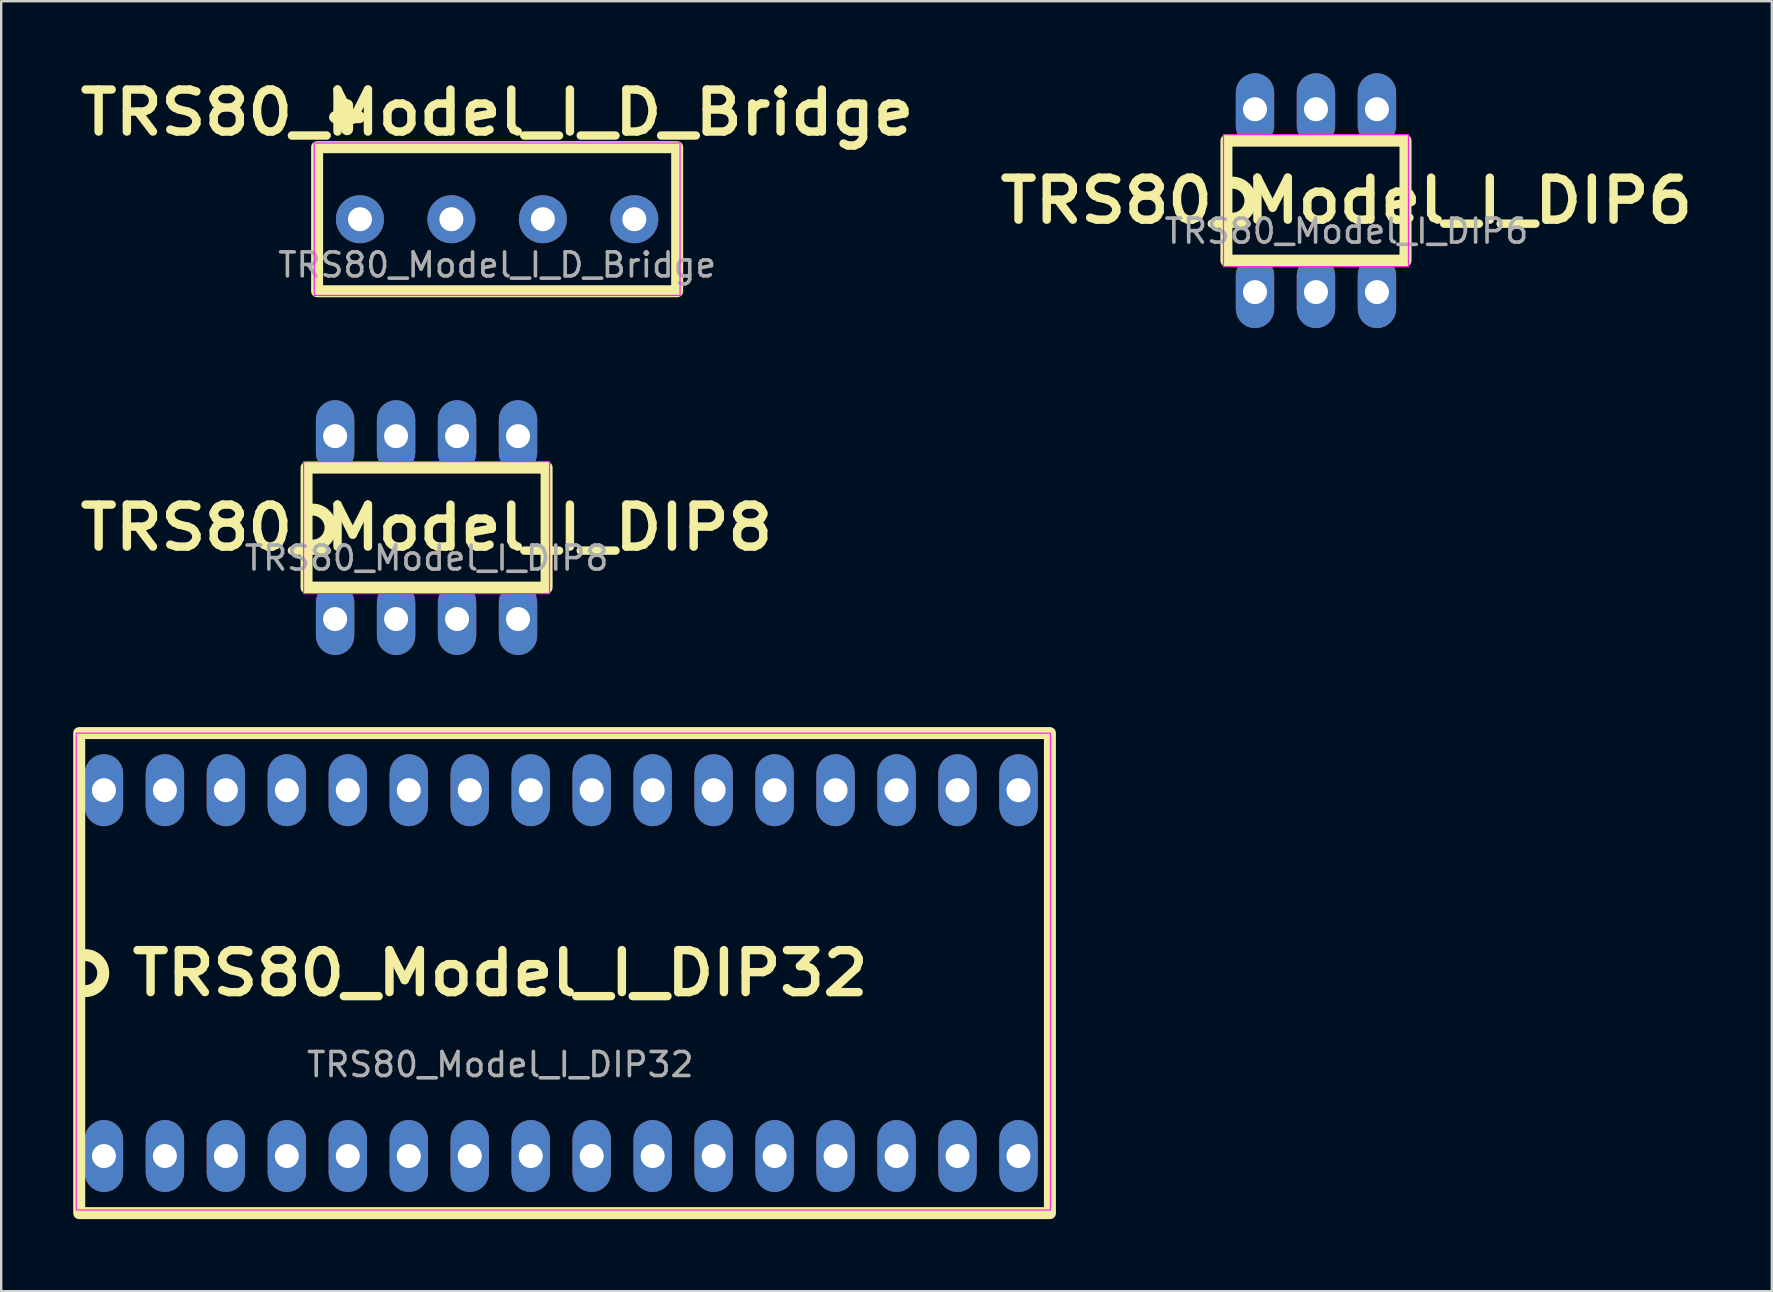
<source format=kicad_pcb>
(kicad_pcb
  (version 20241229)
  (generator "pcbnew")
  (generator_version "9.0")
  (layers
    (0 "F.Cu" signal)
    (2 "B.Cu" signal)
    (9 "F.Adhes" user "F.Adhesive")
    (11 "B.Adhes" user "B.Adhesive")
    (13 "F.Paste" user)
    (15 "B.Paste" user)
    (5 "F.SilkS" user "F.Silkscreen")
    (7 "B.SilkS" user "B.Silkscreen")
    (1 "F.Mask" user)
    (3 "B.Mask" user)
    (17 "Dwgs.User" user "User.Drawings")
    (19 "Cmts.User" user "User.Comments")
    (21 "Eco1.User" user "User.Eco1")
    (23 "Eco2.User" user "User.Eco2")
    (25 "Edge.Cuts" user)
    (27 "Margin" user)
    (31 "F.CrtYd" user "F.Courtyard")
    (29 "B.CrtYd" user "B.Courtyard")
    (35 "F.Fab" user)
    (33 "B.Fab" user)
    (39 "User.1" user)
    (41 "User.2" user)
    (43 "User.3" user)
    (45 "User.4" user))
  (footprint "TRS80_Model_I_DIP32"
    (layer "F.Cu")
    (at 17.79 37.49)
    (property "Reference" "TRS80_Model_I_DIP32" (at 0 0 0) (unlocked yes) (layer "F.SilkS") (effects (font (size 1.75 1.9) (thickness 0.35) (bold yes))))
    (attr through_hole)
    (fp_rect (start -17.54 -10) (end 22.9 10) (stroke (width 0.5) (type default)) (fill no) (layer "F.SilkS"))
    (fp_arc (start -17.29 -0.75) (mid -16.54 0) (end -17.29 0.75) (stroke (width 0.5) (type default)) (layer "F.SilkS"))
    (fp_rect (start -17.663 -9.996) (end 22.923 9.869) (stroke (width 0.05) (type default)) (fill no) (layer "F.CrtYd"))
    (fp_text user "${REFERENCE}" (at 0 3.81 0) (unlocked yes) (layer "F.Fab") (effects (font (size 1 1) (thickness 0.15))))
    (pad "1" thru_hole roundrect (at -16.51 7.62) (size 1.6 3) (drill 1) (layers "*.Cu" "*.Mask") (roundrect_rratio 0.5))
    (pad "2" thru_hole roundrect (at -13.97 7.62) (size 1.6 3) (drill 1) (layers "*.Cu" "*.Mask") (roundrect_rratio 0.5))
    (pad "3" thru_hole roundrect (at -11.43 7.62) (size 1.6 3) (drill 1) (layers "*.Cu" "*.Mask") (roundrect_rratio 0.5))
    (pad "4" thru_hole roundrect (at -8.89 7.62) (size 1.6 3) (drill 1) (layers "*.Cu" "*.Mask") (roundrect_rratio 0.5))
    (pad "5" thru_hole roundrect (at -6.35 7.62) (size 1.6 3) (drill 1) (layers "*.Cu" "*.Mask") (roundrect_rratio 0.5))
    (pad "6" thru_hole roundrect (at -3.81 7.62) (size 1.6 3) (drill 1) (layers "*.Cu" "*.Mask") (roundrect_rratio 0.5))
    (pad "7" thru_hole roundrect (at -1.27 7.62) (size 1.6 3) (drill 1) (layers "*.Cu" "*.Mask") (roundrect_rratio 0.5))
    (pad "8" thru_hole roundrect (at 1.27 7.62) (size 1.6 3) (drill 1) (layers "*.Cu" "*.Mask") (roundrect_rratio 0.5))
    (pad "9" thru_hole roundrect (at 3.81 7.62) (size 1.6 3) (drill 1) (layers "*.Cu" "*.Mask") (roundrect_rratio 0.5))
    (pad "10" thru_hole roundrect (at 6.35 7.62) (size 1.6 3) (drill 1) (layers "*.Cu" "*.Mask") (roundrect_rratio 0.5))
    (pad "11" thru_hole roundrect (at 8.89 7.62) (size 1.6 3) (drill 1) (layers "*.Cu" "*.Mask") (roundrect_rratio 0.5))
    (pad "12" thru_hole roundrect (at 11.43 7.62) (size 1.6 3) (drill 1) (layers "*.Cu" "*.Mask") (roundrect_rratio 0.5))
    (pad "13" thru_hole roundrect (at 13.97 7.62) (size 1.6 3) (drill 1) (layers "*.Cu" "*.Mask") (roundrect_rratio 0.5))
    (pad "14" thru_hole roundrect (at 16.51 7.62) (size 1.6 3) (drill 1) (layers "*.Cu" "*.Mask") (roundrect_rratio 0.5))
    (pad "15" thru_hole roundrect (at 19.05 7.62) (size 1.6 3) (drill 1) (layers "*.Cu" "*.Mask") (roundrect_rratio 0.5))
    (pad "16" thru_hole roundrect (at 21.59 7.62) (size 1.6 3) (drill 1) (layers "*.Cu" "*.Mask") (roundrect_rratio 0.5))
    (pad "17" thru_hole roundrect (at 21.59 -7.62) (size 1.6 3) (drill 1) (layers "*.Cu" "*.Mask") (roundrect_rratio 0.5))
    (pad "18" thru_hole roundrect (at 19.05 -7.62) (size 1.6 3) (drill 1) (layers "*.Cu" "*.Mask") (roundrect_rratio 0.5))
    (pad "19" thru_hole roundrect (at 16.51 -7.62) (size 1.6 3) (drill 1) (layers "*.Cu" "*.Mask") (roundrect_rratio 0.5))
    (pad "20" thru_hole roundrect (at 13.97 -7.62) (size 1.6 3) (drill 1) (layers "*.Cu" "*.Mask") (roundrect_rratio 0.5))
    (pad "21" thru_hole roundrect (at 11.43 -7.62) (size 1.6 3) (drill 1) (layers "*.Cu" "*.Mask") (roundrect_rratio 0.5))
    (pad "22" thru_hole roundrect (at 8.89 -7.62) (size 1.6 3) (drill 1) (layers "*.Cu" "*.Mask") (roundrect_rratio 0.5))
    (pad "23" thru_hole roundrect (at 6.35 -7.62) (size 1.6 3) (drill 1) (layers "*.Cu" "*.Mask") (roundrect_rratio 0.5))
    (pad "24" thru_hole roundrect (at 3.81 -7.62) (size 1.6 3) (drill 1) (layers "*.Cu" "*.Mask") (roundrect_rratio 0.5))
    (pad "25" thru_hole roundrect (at 1.27 -7.62) (size 1.6 3) (drill 1) (layers "*.Cu" "*.Mask") (roundrect_rratio 0.5))
    (pad "26" thru_hole roundrect (at -1.27 -7.62) (size 1.6 3) (drill 1) (layers "*.Cu" "*.Mask") (roundrect_rratio 0.5))
    (pad "27" thru_hole roundrect (at -3.81 -7.62) (size 1.6 3) (drill 1) (layers "*.Cu" "*.Mask") (roundrect_rratio 0.5))
    (pad "28" thru_hole roundrect (at -6.35 -7.62) (size 1.6 3) (drill 1) (layers "*.Cu" "*.Mask") (roundrect_rratio 0.5))
    (pad "29" thru_hole roundrect (at -8.89 -7.62) (size 1.6 3) (drill 1) (layers "*.Cu" "*.Mask") (roundrect_rratio 0.5))
    (pad "30" thru_hole roundrect (at -11.43 -7.62) (size 1.6 3) (drill 1) (layers "*.Cu" "*.Mask") (roundrect_rratio 0.5))
    (pad "31" thru_hole roundrect (at -13.97 -7.62) (size 1.6 3) (drill 1) (layers "*.Cu" "*.Mask") (roundrect_rratio 0.5))
    (pad "32" thru_hole roundrect (at -16.51 -7.62) (size 1.6 3) (drill 1) (layers "*.Cu" "*.Mask") (roundrect_rratio 0.5)))
  (footprint "TRS80_Model_I_DIP6"
    (layer "F.Cu")
    (at 51.773 5.31)
    (property "Reference" "TRS80_Model_I_DIP6" (at 1.27 0 0) (unlocked yes) (layer "F.SilkS") (effects (font (size 1.75 1.9) (thickness 0.35) (bold yes))))
    (attr through_hole)
    (fp_rect (start -3.73 -2.5) (end 3.73 2.5) (stroke (width 0.5) (type default)) (fill no) (layer "F.SilkS"))
    (fp_arc (start -3.48 -0.75) (mid -2.73 0) (end -3.48 0.75) (stroke (width 0.5) (type default)) (layer "F.SilkS"))
    (fp_rect (start -3.853 -2.75) (end 3.853 2.75) (stroke (width 0.05) (type default)) (fill no) (layer "F.CrtYd"))
    (fp_text user "${REFERENCE}" (at 1.27 1.27 0) (unlocked yes) (layer "F.Fab") (effects (font (size 1 1) (thickness 0.15))))
    (pad "1" thru_hole roundrect (at -2.54 3.81) (size 1.6 3) (drill 1) (layers "*.Cu" "*.Mask") (roundrect_rratio 0.5))
    (pad "2" thru_hole roundrect (at 0 3.81) (size 1.6 3) (drill 1) (layers "*.Cu" "*.Mask") (roundrect_rratio 0.5))
    (pad "3" thru_hole roundrect (at 2.54 3.81) (size 1.6 3) (drill 1) (layers "*.Cu" "*.Mask") (roundrect_rratio 0.5))
    (pad "4" thru_hole roundrect (at 2.54 -3.81) (size 1.6 3) (drill 1) (layers "*.Cu" "*.Mask") (roundrect_rratio 0.5))
    (pad "5" thru_hole roundrect (at 0 -3.81) (size 1.6 3) (drill 1) (layers "*.Cu" "*.Mask") (roundrect_rratio 0.5))
    (pad "6" thru_hole roundrect (at -2.54 -3.81) (size 1.6 3) (drill 1) (layers "*.Cu" "*.Mask") (roundrect_rratio 0.5)))
  (footprint "TRS80_Model_I_DIP8"
    (layer "F.Cu")
    (at 14.721 18.93)
    (property "Reference" "TRS80_Model_I_DIP8" (at 0 0 0) (unlocked yes) (layer "F.SilkS") (effects (font (size 1.75 1.9) (thickness 0.35) (bold yes))))
    (attr through_hole)
    (fp_rect (start -5 -2.5) (end 5 2.5) (stroke (width 0.5) (type default)) (fill no) (layer "F.SilkS"))
    (fp_arc (start -4.75 -0.75) (mid -4 0) (end -4.75 0.75) (stroke (width 0.5) (type default)) (layer "F.SilkS"))
    (fp_rect (start -5.123 -2.75) (end 5.123 2.75) (stroke (width 0.05) (type default)) (fill no) (layer "F.CrtYd"))
    (fp_text user "${REFERENCE}" (at 0 1.27 0) (unlocked yes) (layer "F.Fab") (effects (font (size 1 1) (thickness 0.15))))
    (pad "1" thru_hole roundrect (at -3.81 3.81) (size 1.6 3) (drill 1) (layers "*.Cu" "*.Mask") (roundrect_rratio 0.5))
    (pad "2" thru_hole roundrect (at -1.27 3.81) (size 1.6 3) (drill 1) (layers "*.Cu" "*.Mask") (roundrect_rratio 0.5))
    (pad "3" thru_hole roundrect (at 1.27 3.81) (size 1.6 3) (drill 1) (layers "*.Cu" "*.Mask") (roundrect_rratio 0.5))
    (pad "4" thru_hole roundrect (at 3.81 3.81) (size 1.6 3) (drill 1) (layers "*.Cu" "*.Mask") (roundrect_rratio 0.5))
    (pad "5" thru_hole roundrect (at 3.81 -3.81) (size 1.6 3) (drill 1) (layers "*.Cu" "*.Mask") (roundrect_rratio 0.5))
    (pad "6" thru_hole roundrect (at 1.27 -3.81) (size 1.6 3) (drill 1) (layers "*.Cu" "*.Mask") (roundrect_rratio 0.5))
    (pad "7" thru_hole roundrect (at -1.27 -3.81) (size 1.6 3) (drill 1) (layers "*.Cu" "*.Mask") (roundrect_rratio 0.5))
    (pad "8" thru_hole roundrect (at -3.81 -3.81) (size 1.6 3) (drill 1) (layers "*.Cu" "*.Mask") (roundrect_rratio 0.5)))
  (footprint "TRS80_Model_I_D_Bridge"
    (layer "F.Cu")
    (at 17.661 6.083)
    (property "Reference" "TRS80_Model_I_D_Bridge" (at 0 -4.445 0) (unlocked yes) (layer "F.SilkS") (effects (font (size 1.75 1.9) (thickness 0.35) (bold yes))))
    (attr through_hole)
    (fp_line (start -6.75 -4.25) (end -5.75 -4.25) (stroke (width 0.5) (type solid)) (layer "F.SilkS"))
    (fp_line (start -6.25 -4.75) (end -6.25 -3.75) (stroke (width 0.5) (type solid)) (layer "F.SilkS"))
    (fp_rect (start -7.5 -3) (end 7.5 3) (stroke (width 0.5) (type default)) (fill no) (layer "F.SilkS"))
    (fp_rect (start 7.62 -3.175) (end -7.62 3.175) (stroke (width 0.05) (type default)) (fill no) (layer "F.CrtYd"))
    (fp_text user "${REFERENCE}" (at 0 1.905 0) (unlocked yes) (layer "F.Fab") (effects (font (size 1 1) (thickness 0.15))))
    (pad "1" thru_hole circle (at -5.715 0) (size 2 2) (drill 1) (layers "*.Cu" "*.Mask"))
    (pad "2" thru_hole circle (at -1.905 0) (size 2 2) (drill 1) (layers "*.Cu" "*.Mask"))
    (pad "3" thru_hole circle (at 1.905 0) (size 2 2) (drill 1) (layers "*.Cu" "*.Mask"))
    (pad "4" thru_hole circle (at 5.715 0) (size 2 2) (drill 1) (layers "*.Cu" "*.Mask")))
  (gr_rect
    (start -3 -3)
    (end 70.764 50.74)
    (stroke (width 0.1) (type default))
    (fill no)
    (layer "Edge.Cuts")))
</source>
